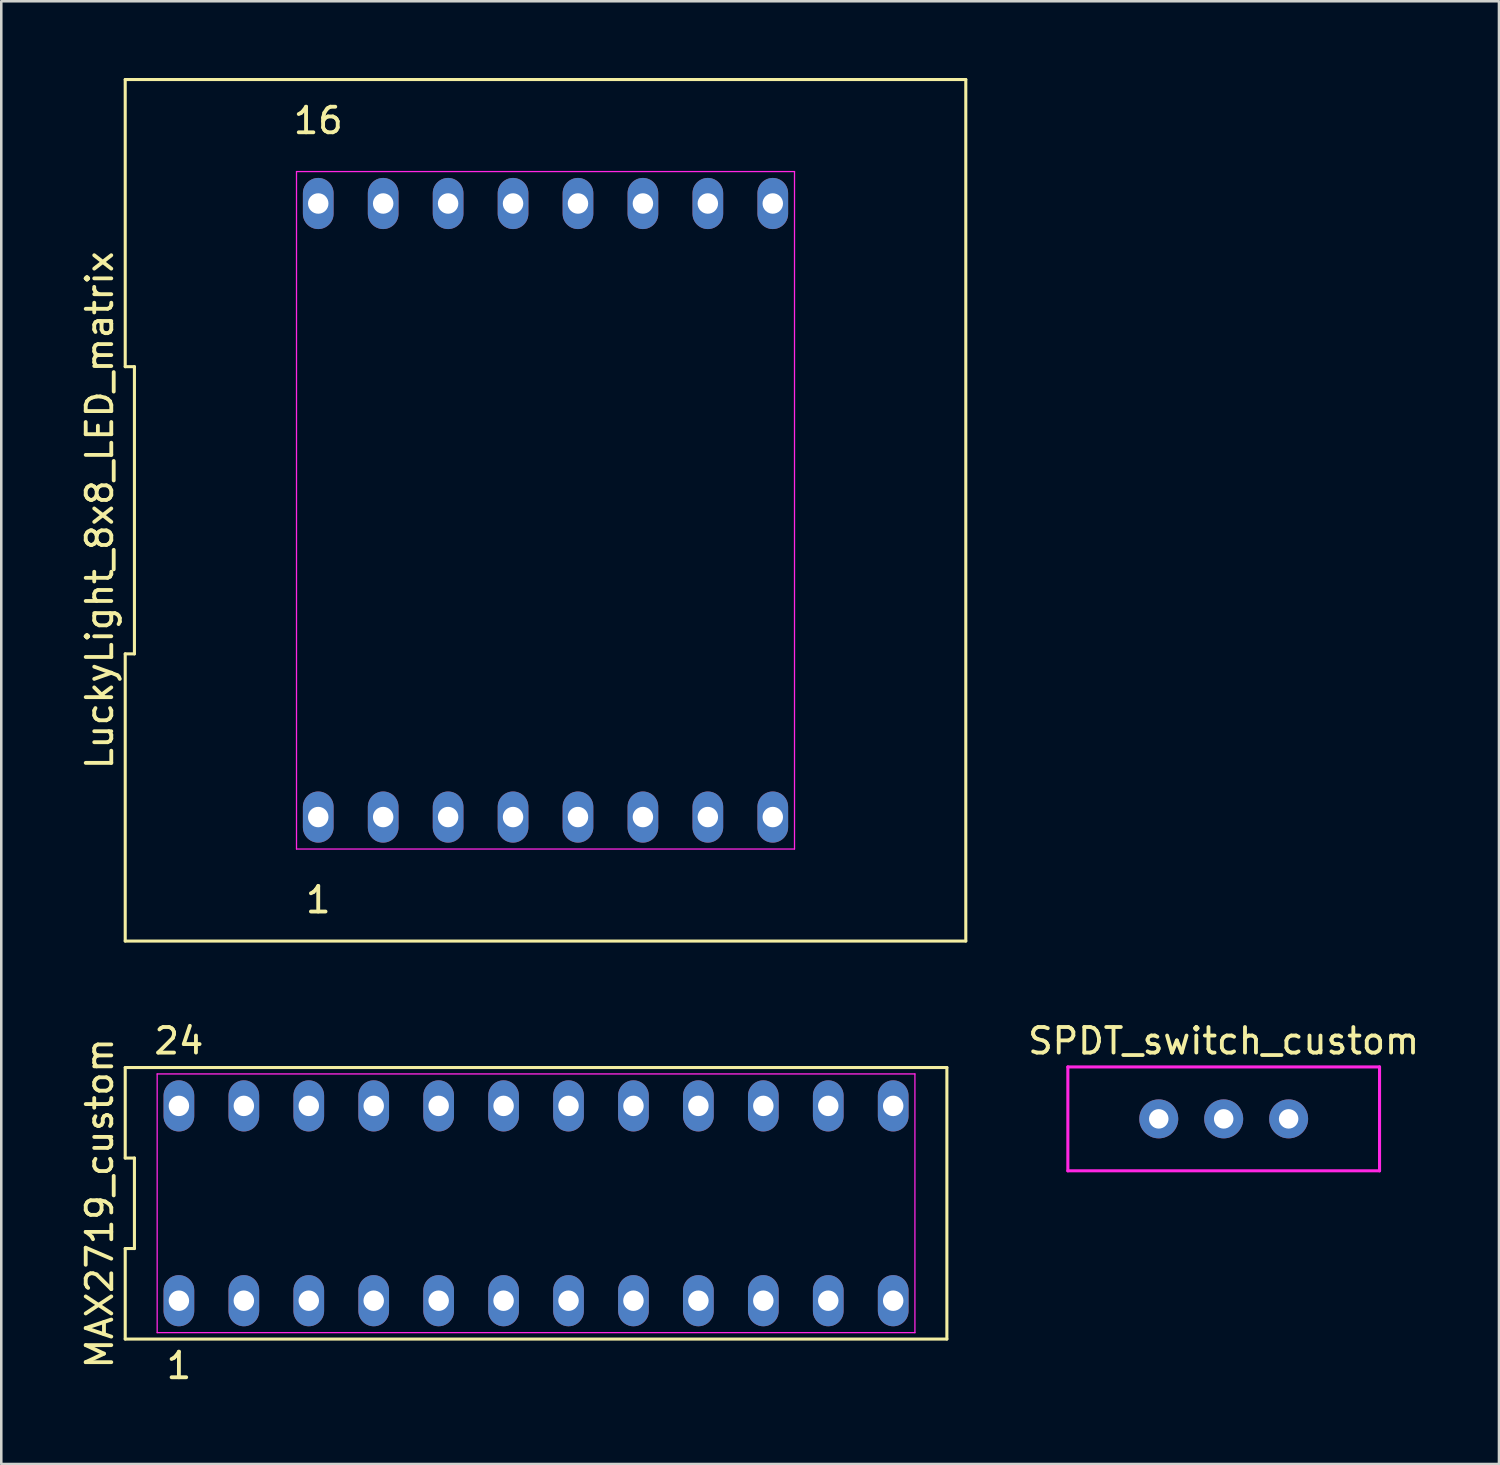
<source format=kicad_pcb>
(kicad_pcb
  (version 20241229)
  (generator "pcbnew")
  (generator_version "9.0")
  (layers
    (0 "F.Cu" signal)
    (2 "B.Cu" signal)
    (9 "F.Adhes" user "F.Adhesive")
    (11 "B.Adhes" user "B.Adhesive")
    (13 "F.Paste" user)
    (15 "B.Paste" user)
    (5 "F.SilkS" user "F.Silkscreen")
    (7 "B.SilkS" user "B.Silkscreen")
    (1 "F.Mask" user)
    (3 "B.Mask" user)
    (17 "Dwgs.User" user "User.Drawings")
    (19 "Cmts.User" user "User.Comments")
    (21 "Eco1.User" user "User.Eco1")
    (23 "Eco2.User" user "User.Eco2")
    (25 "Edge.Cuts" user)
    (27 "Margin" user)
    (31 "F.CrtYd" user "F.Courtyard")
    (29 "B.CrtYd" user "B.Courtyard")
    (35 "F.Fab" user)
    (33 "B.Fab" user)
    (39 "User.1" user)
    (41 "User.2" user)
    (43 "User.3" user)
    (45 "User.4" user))
  (footprint "SPDT_switch_custom"
    (layer "F.Cu")
    (at 44.816 40.716)
    (property "Reference" "SPDT_switch_custom" (at 0 -3.048 0) (layer "F.SilkS") (effects (font (size 1 1) (thickness 0.15))))
    (attr through_hole)
    (fp_line (start -6.096 2.032) (end -6.096 -2.032) (stroke (width 0.12) (type solid)) (layer "F.CrtYd"))
    (fp_line (start -6.096 2.032) (end 6.096 2.032) (stroke (width 0.12) (type solid)) (layer "F.CrtYd"))
    (fp_line (start 6.096 -2.032) (end -6.096 -2.032) (stroke (width 0.12) (type solid)) (layer "F.CrtYd"))
    (fp_line (start 6.096 -2.032) (end 6.096 2.032) (stroke (width 0.12) (type solid)) (layer "F.CrtYd"))
    (pad "1" thru_hole circle (at -2.54 0) (size 1.524 1.524) (drill 0.762) (layers "*.Cu" "*.Mask"))
    (pad "2" thru_hole circle (at 0 0) (size 1.524 1.524) (drill 0.762) (layers "*.Cu" "*.Mask"))
    (pad "3" thru_hole circle (at 2.54 0) (size 1.524 1.524) (drill 0.762) (layers "*.Cu" "*.Mask")))
  (footprint "LuckyLight_8x8_LED_matrix"
    (layer "F.Cu")
    (at 18.288 16.91)
    (property "Reference" "LuckyLight_8x8_LED_matrix" (at -17.44 0 90) (layer "F.SilkS") (effects (font (size 1 1) (thickness 0.15))))
    (attr through_hole)
    (fp_line (start -16.44 -5.617) (end -16.08 -5.617) (stroke (width 0.12) (type solid)) (layer "F.SilkS"))
    (fp_line (start -16.44 5.617) (end -16.44 16.85) (stroke (width 0.12) (type solid)) (layer "F.SilkS"))
    (fp_line (start -16.44 16.85) (end 16.44 16.85) (stroke (width 0.12) (type solid)) (layer "F.SilkS"))
    (fp_line (start -16.44 -16.85) (end -16.44 -5.617) (stroke (width 0.12) (type solid)) (layer "F.SilkS"))
    (fp_line (start -16.08 -5.617) (end -16.08 5.617) (stroke (width 0.12) (type solid)) (layer "F.SilkS"))
    (fp_line (start -16.08 5.617) (end -16.44 5.617) (stroke (width 0.12) (type solid)) (layer "F.SilkS"))
    (fp_line (start 16.44 16.85) (end 16.44 -16.85) (stroke (width 0.12) (type solid)) (layer "F.SilkS"))
    (fp_line (start 16.44 -16.85) (end -16.44 -16.85) (stroke (width 0.12) (type solid)) (layer "F.SilkS"))
    (fp_line (start -9.74 -13.25) (end 9.74 -13.25) (stroke (width 0.05) (type solid)) (layer "F.CrtYd"))
    (fp_line (start -9.74 13.25) (end -9.74 -13.25) (stroke (width 0.05) (type solid)) (layer "F.CrtYd"))
    (fp_line (start 9.74 -13.25) (end 9.74 13.25) (stroke (width 0.05) (type solid)) (layer "F.CrtYd"))
    (fp_line (start 9.74 13.25) (end -9.74 13.25) (stroke (width 0.05) (type solid)) (layer "F.CrtYd"))
    (fp_text user "16" (at -8.89 -15.24 0) (layer "F.SilkS") (effects (font (size 1 1) (thickness 0.15))))
    (fp_text user "1" (at -8.89 15.24 0) (layer "F.SilkS") (effects (font (size 1 1) (thickness 0.15))))
    (pad "1" thru_hole oval (at -8.89 12) (size 1.2 2) (drill 0.8) (layers "*.Cu" "*.Mask"))
    (pad "2" thru_hole oval (at -6.35 12) (size 1.2 2) (drill 0.8) (layers "*.Cu" "*.Mask"))
    (pad "3" thru_hole oval (at -3.81 12) (size 1.2 2) (drill 0.8) (layers "*.Cu" "*.Mask"))
    (pad "4" thru_hole oval (at -1.27 12) (size 1.2 2) (drill 0.8) (layers "*.Cu" "*.Mask"))
    (pad "5" thru_hole oval (at 1.27 12) (size 1.2 2) (drill 0.8) (layers "*.Cu" "*.Mask"))
    (pad "6" thru_hole oval (at 3.81 12) (size 1.2 2) (drill 0.8) (layers "*.Cu" "*.Mask"))
    (pad "7" thru_hole oval (at 6.35 12) (size 1.2 2) (drill 0.8) (layers "*.Cu" "*.Mask"))
    (pad "8" thru_hole oval (at 8.89 12) (size 1.2 2) (drill 0.8) (layers "*.Cu" "*.Mask"))
    (pad "9" thru_hole oval (at 8.89 -12) (size 1.2 2) (drill 0.8) (layers "*.Cu" "*.Mask"))
    (pad "10" thru_hole oval (at 6.35 -12) (size 1.2 2) (drill 0.8) (layers "*.Cu" "*.Mask"))
    (pad "11" thru_hole oval (at 3.81 -12) (size 1.2 2) (drill 0.8) (layers "*.Cu" "*.Mask"))
    (pad "12" thru_hole oval (at 1.27 -12) (size 1.2 2) (drill 0.8) (layers "*.Cu" "*.Mask"))
    (pad "13" thru_hole oval (at -1.27 -12) (size 1.2 2) (drill 0.8) (layers "*.Cu" "*.Mask"))
    (pad "14" thru_hole oval (at -3.81 -12) (size 1.2 2) (drill 0.8) (layers "*.Cu" "*.Mask"))
    (pad "15" thru_hole oval (at -6.35 -12) (size 1.2 2) (drill 0.8) (layers "*.Cu" "*.Mask"))
    (pad "16" thru_hole oval (at -8.89 -12) (size 1.2 2) (drill 0.8) (layers "*.Cu" "*.Mask")))
  (footprint "MAX2719_custom"
    (layer "F.Cu")
    (at 17.918 44.018)
    (property "Reference" "MAX2719_custom" (at -17.07 0 90) (layer "F.SilkS") (effects (font (size 1 1) (thickness 0.15))))
    (attr through_hole)
    (fp_line (start -16.07 -5.31) (end -16.07 -1.77) (stroke (width 0.12) (type solid)) (layer "F.SilkS"))
    (fp_line (start -16.07 -1.77) (end -15.71 -1.77) (stroke (width 0.12) (type solid)) (layer "F.SilkS"))
    (fp_line (start -16.07 1.77) (end -16.07 5.31) (stroke (width 0.12) (type solid)) (layer "F.SilkS"))
    (fp_line (start -16.07 5.31) (end 16.07 5.31) (stroke (width 0.12) (type solid)) (layer "F.SilkS"))
    (fp_line (start -15.71 -1.77) (end -15.71 1.77) (stroke (width 0.12) (type solid)) (layer "F.SilkS"))
    (fp_line (start -15.71 1.77) (end -16.07 1.77) (stroke (width 0.12) (type solid)) (layer "F.SilkS"))
    (fp_line (start 16.07 -5.31) (end -16.07 -5.31) (stroke (width 0.12) (type solid)) (layer "F.SilkS"))
    (fp_line (start 16.07 5.31) (end 16.07 -5.31) (stroke (width 0.12) (type solid)) (layer "F.SilkS"))
    (fp_line (start -14.82 -5.06) (end 14.82 -5.06) (stroke (width 0.05) (type solid)) (layer "F.CrtYd"))
    (fp_line (start -14.82 5.06) (end -14.82 -5.06) (stroke (width 0.05) (type solid)) (layer "F.CrtYd"))
    (fp_line (start 14.82 -5.06) (end 14.82 5.06) (stroke (width 0.05) (type solid)) (layer "F.CrtYd"))
    (fp_line (start 14.82 5.06) (end -14.82 5.06) (stroke (width 0.05) (type solid)) (layer "F.CrtYd"))
    (fp_text user "24" (at -13.97 -6.35 0) (layer "F.SilkS") (effects (font (size 1 1) (thickness 0.15))))
    (fp_text user "1" (at -13.97 6.35 0) (layer "F.SilkS") (effects (font (size 1 1) (thickness 0.15))))
    (pad "1" thru_hole oval (at -13.97 3.81) (size 1.2 2) (drill 0.8) (layers "*.Cu" "*.Mask"))
    (pad "2" thru_hole oval (at -11.43 3.81) (size 1.2 2) (drill 0.8) (layers "*.Cu" "*.Mask"))
    (pad "3" thru_hole oval (at -8.89 3.81) (size 1.2 2) (drill 0.8) (layers "*.Cu" "*.Mask"))
    (pad "4" thru_hole oval (at -6.35 3.81) (size 1.2 2) (drill 0.8) (layers "*.Cu" "*.Mask"))
    (pad "5" thru_hole oval (at -3.81 3.81) (size 1.2 2) (drill 0.8) (layers "*.Cu" "*.Mask"))
    (pad "6" thru_hole oval (at -1.27 3.81) (size 1.2 2) (drill 0.8) (layers "*.Cu" "*.Mask"))
    (pad "7" thru_hole oval (at 1.27 3.81) (size 1.2 2) (drill 0.8) (layers "*.Cu" "*.Mask"))
    (pad "8" thru_hole oval (at 3.81 3.81) (size 1.2 2) (drill 0.8) (layers "*.Cu" "*.Mask"))
    (pad "9" thru_hole oval (at 6.35 3.81) (size 1.2 2) (drill 0.8) (layers "*.Cu" "*.Mask"))
    (pad "10" thru_hole oval (at 8.89 3.81) (size 1.2 2) (drill 0.8) (layers "*.Cu" "*.Mask"))
    (pad "11" thru_hole oval (at 11.43 3.81) (size 1.2 2) (drill 0.8) (layers "*.Cu" "*.Mask"))
    (pad "12" thru_hole oval (at 13.97 3.81) (size 1.2 2) (drill 0.8) (layers "*.Cu" "*.Mask"))
    (pad "13" thru_hole oval (at 13.97 -3.81) (size 1.2 2) (drill 0.8) (layers "*.Cu" "*.Mask"))
    (pad "14" thru_hole oval (at 11.43 -3.81) (size 1.2 2) (drill 0.8) (layers "*.Cu" "*.Mask"))
    (pad "15" thru_hole oval (at 8.89 -3.81) (size 1.2 2) (drill 0.8) (layers "*.Cu" "*.Mask"))
    (pad "16" thru_hole oval (at 6.35 -3.81) (size 1.2 2) (drill 0.8) (layers "*.Cu" "*.Mask"))
    (pad "17" thru_hole oval (at 3.81 -3.81) (size 1.2 2) (drill 0.8) (layers "*.Cu" "*.Mask"))
    (pad "18" thru_hole oval (at 1.27 -3.81) (size 1.2 2) (drill 0.8) (layers "*.Cu" "*.Mask"))
    (pad "19" thru_hole oval (at -1.27 -3.81) (size 1.2 2) (drill 0.8) (layers "*.Cu" "*.Mask"))
    (pad "20" thru_hole oval (at -3.81 -3.81) (size 1.2 2) (drill 0.8) (layers "*.Cu" "*.Mask"))
    (pad "21" thru_hole oval (at -6.35 -3.81) (size 1.2 2) (drill 0.8) (layers "*.Cu" "*.Mask"))
    (pad "22" thru_hole oval (at -8.89 -3.81) (size 1.2 2) (drill 0.8) (layers "*.Cu" "*.Mask"))
    (pad "23" thru_hole oval (at -11.43 -3.81) (size 1.2 2) (drill 0.8) (layers "*.Cu" "*.Mask"))
    (pad "24" thru_hole oval (at -13.97 -3.81) (size 1.2 2) (drill 0.8) (layers "*.Cu" "*.Mask")))
  (gr_rect
    (start -3 -3)
    (end 55.584 54.217)
    (stroke (width 0.1) (type default))
    (fill no)
    (layer "Edge.Cuts")))
</source>
